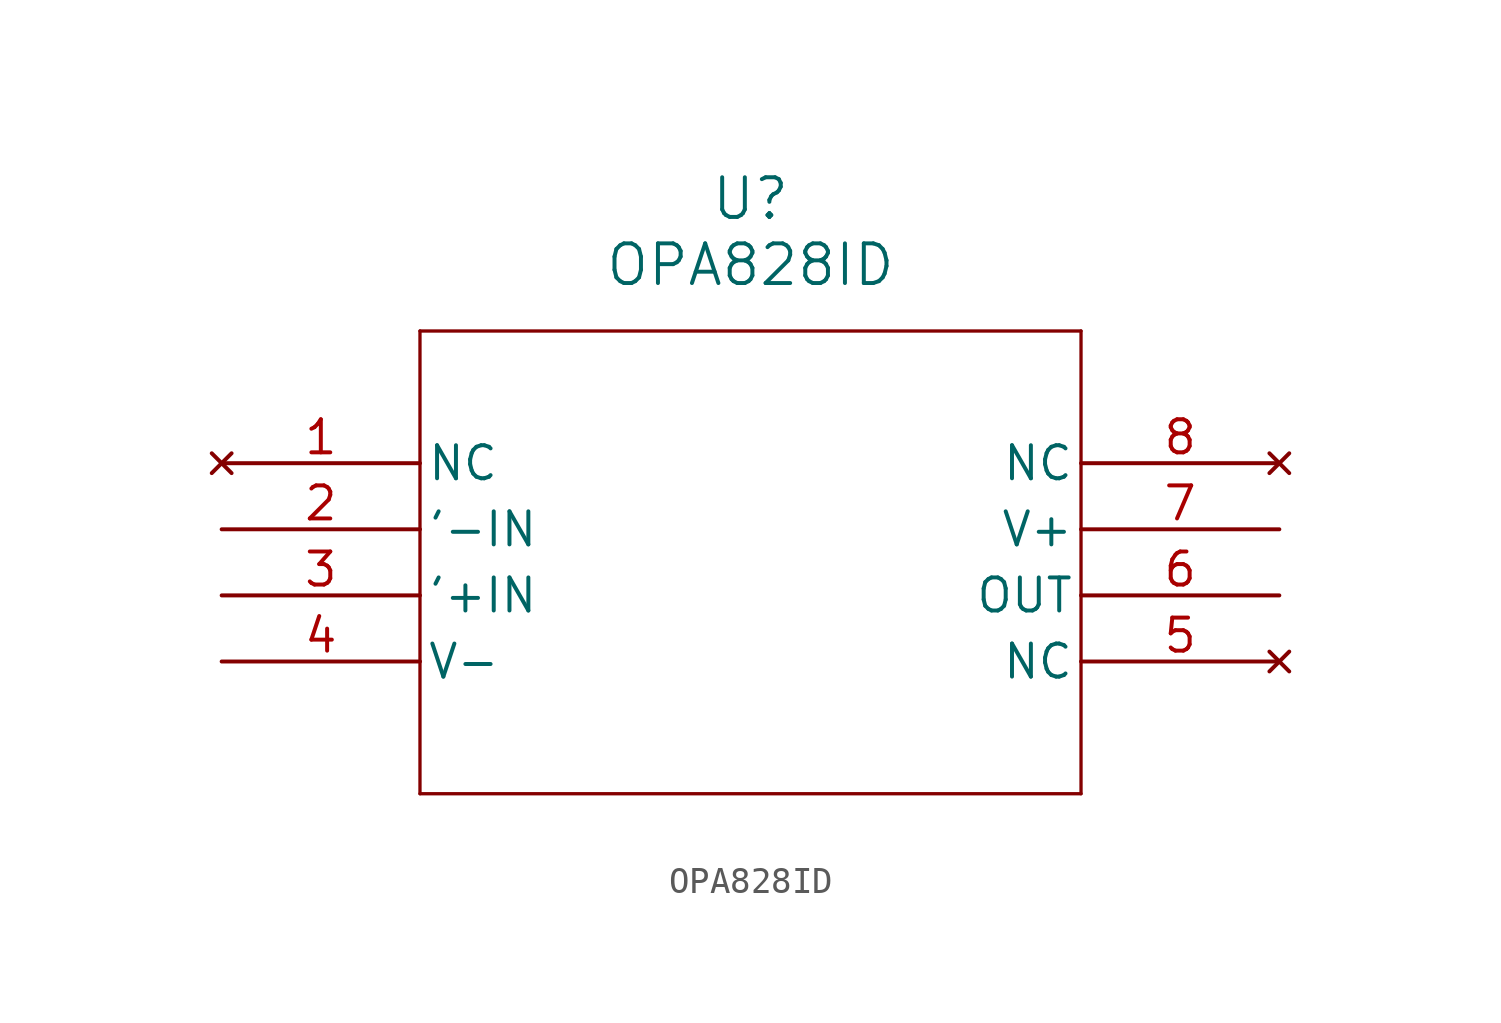
<source format=kicad_sym>
(kicad_symbol_lib
  (version 20211014)
  (generator kicad_symbol_editor)
  (symbol "OPA828ID"
    (pin_names
      (offset 0.254))
    (property "Reference" "U"
      (at 20.32 10.16 0)
      (effects (font (size 1.524 1.524))))
    (property "Value" "OPA828ID"
      (at 20.32 7.62 0)
      (effects (font (size 1.524 1.524))))
    (symbol "OPA828ID_0_1"
      (polyline (pts (xy 7.62 5.08) (xy 7.62 -12.7)) (stroke (width 0.127) (type default) (color 0 0 0 0)) (fill (type none)))
      (polyline (pts (xy 7.62 -12.7) (xy 33.02 -12.7)) (stroke (width 0.127) (type default) (color 0 0 0 0)) (fill (type none)))
      (polyline (pts (xy 33.02 -12.7) (xy 33.02 5.08)) (stroke (width 0.127) (type default) (color 0 0 0 0)) (fill (type none)))
      (polyline (pts (xy 33.02 5.08) (xy 7.62 5.08)) (stroke (width 0.127) (type default) (color 0 0 0 0)) (fill (type none)))
      (pin no_connect line (at 0 0 0) (length 7.62) (name "NC" (effects (font (size 1.27 1.27)))) (number "1" (effects (font (size 1.27 1.27)))))
      (pin input line (at 0 -2.54 0) (length 7.62) (name "'-IN" (effects (font (size 1.27 1.27)))) (number "2" (effects (font (size 1.27 1.27)))))
      (pin input line (at 0 -5.08 0) (length 7.62) (name "'+IN" (effects (font (size 1.27 1.27)))) (number "3" (effects (font (size 1.27 1.27)))))
      (pin power_in line (at 0 -7.62 0) (length 7.62) (name "V-" (effects (font (size 1.27 1.27)))) (number "4" (effects (font (size 1.27 1.27)))))
      (pin no_connect line (at 40.64 -7.62 180) (length 7.62) (name "NC" (effects (font (size 1.27 1.27)))) (number "5" (effects (font (size 1.27 1.27)))))
      (pin output line (at 40.64 -5.08 180) (length 7.62) (name "OUT" (effects (font (size 1.27 1.27)))) (number "6" (effects (font (size 1.27 1.27)))))
      (pin input line (at 40.64 -2.54 180) (length 7.62) (name "V+" (effects (font (size 1.27 1.27)))) (number "7" (effects (font (size 1.27 1.27)))))
      (pin no_connect line (at 40.64 0 180) (length 7.62) (name "NC" (effects (font (size 1.27 1.27)))) (number "8" (effects (font (size 1.27 1.27))))))))
</source>
